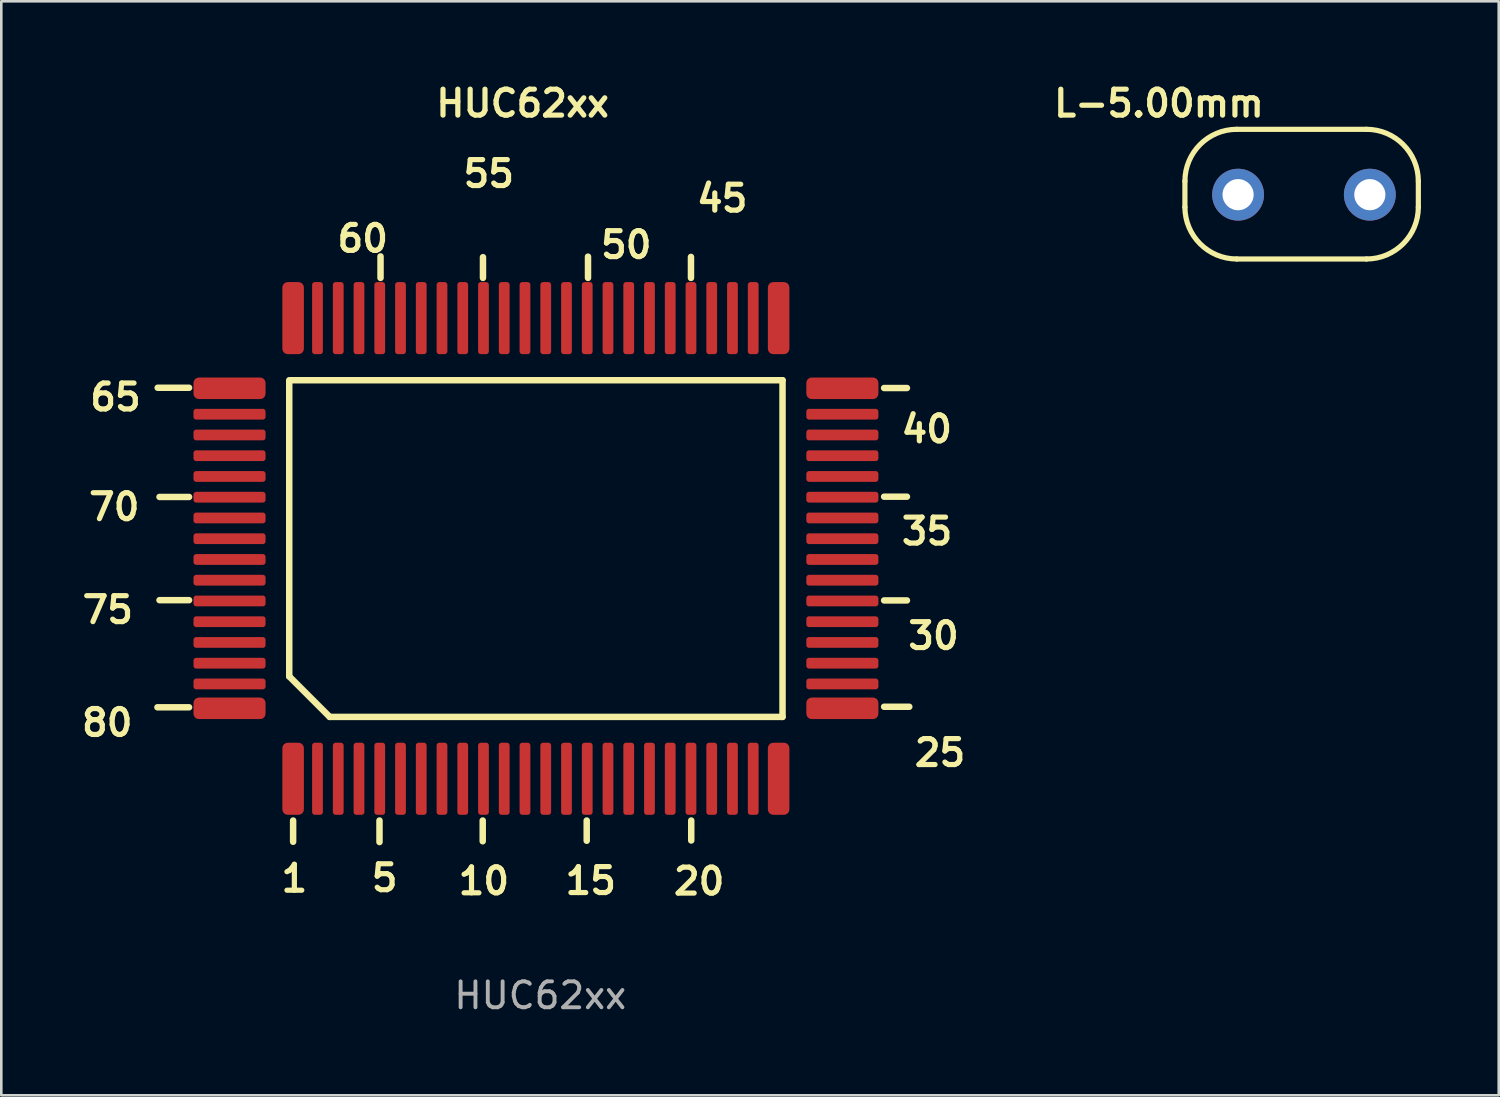
<source format=kicad_pcb>
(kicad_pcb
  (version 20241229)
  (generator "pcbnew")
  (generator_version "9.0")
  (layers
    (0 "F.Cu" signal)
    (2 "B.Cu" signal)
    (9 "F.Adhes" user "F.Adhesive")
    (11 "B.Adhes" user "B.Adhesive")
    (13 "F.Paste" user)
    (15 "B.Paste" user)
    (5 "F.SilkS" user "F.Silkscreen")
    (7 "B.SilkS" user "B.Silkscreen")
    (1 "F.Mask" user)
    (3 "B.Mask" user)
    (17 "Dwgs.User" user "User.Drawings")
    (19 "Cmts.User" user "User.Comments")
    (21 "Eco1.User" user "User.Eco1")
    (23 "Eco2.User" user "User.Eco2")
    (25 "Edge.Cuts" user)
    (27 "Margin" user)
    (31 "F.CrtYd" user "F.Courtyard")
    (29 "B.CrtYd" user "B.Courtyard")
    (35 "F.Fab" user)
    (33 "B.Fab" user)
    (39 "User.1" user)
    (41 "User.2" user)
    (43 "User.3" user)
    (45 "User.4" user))
  (footprint "L-5.00mm"
    (layer "F.Cu")
    (at 47.137 4.436)
    (property "Reference" "L-5.00mm" (at -5.5 -3.5 0) (layer "F.SilkS") (effects (font (size 1 1) (thickness 0.2))))
    (attr through_hole)
    (fp_line (start -4.5 -0.5) (end -4.5 0.5) (stroke (width 0.2) (type default)) (layer "F.SilkS"))
    (fp_line (start -2.5 -2.5) (end 2.5 -2.5) (stroke (width 0.2) (type default)) (layer "F.SilkS"))
    (fp_line (start -2.5 2.5) (end 2.5 2.5) (stroke (width 0.2) (type default)) (layer "F.SilkS"))
    (fp_line (start 4.5 -0.5) (end 4.5 0.5) (stroke (width 0.2) (type default)) (layer "F.SilkS"))
    (fp_arc (start -4.5 -0.499999) (mid -3.914214 -1.914214) (end -2.499999 -2.5) (stroke (width 0.2) (type default)) (layer "F.SilkS"))
    (fp_arc (start -2.499999 2.5) (mid -3.914214 1.914214) (end -4.5 0.499999) (stroke (width 0.2) (type default)) (layer "F.SilkS"))
    (fp_arc (start 2.499999 -2.5) (mid 3.914214 -1.914214) (end 4.5 -0.499999) (stroke (width 0.2) (type default)) (layer "F.SilkS"))
    (fp_arc (start 4.5 0.499999) (mid 3.914214 1.914214) (end 2.499999 2.5) (stroke (width 0.2) (type default)) (layer "F.SilkS"))
    (pad "1" thru_hole circle (at -2.45 0.02 90) (size 2 2) (drill 1.2) (layers "*.Cu" "*.Mask"))
    (pad "2" thru_hole circle (at 2.63 0.02 90) (size 2 2) (drill 1.2) (layers "*.Cu" "*.Mask")))
  (footprint "HUC62xx"
    (layer "F.Cu")
    (at 16.932 24.151)
    (property "Reference" "HUC62xx" (at 0.17 -23.215 0) (layer "F.SilkS") (effects (font (size 1 1) (thickness 0.2) (bold yes))))
    (attr smd)
    (fp_line (start -12.692 -12.25) (end -13.902 -12.25) (stroke (width 0.25) (type default)) (layer "F.SilkS"))
    (fp_line (start -12.692 -8.04) (end -13.832 -8.04) (stroke (width 0.25) (type default)) (layer "F.SilkS"))
    (fp_line (start -12.692 -4.06) (end -13.832 -4.06) (stroke (width 0.25) (type default)) (layer "F.SilkS"))
    (fp_line (start -12.692 0.07) (end -13.912 0.07) (stroke (width 0.25) (type default)) (layer "F.SilkS"))
    (fp_line (start -8.83 -1.12) (end -8.83 -12.54) (stroke (width 0.25) (type default)) (layer "F.SilkS"))
    (fp_line (start -8.77 -12.54) (end 10.19 -12.54) (stroke (width 0.25) (type default)) (layer "F.SilkS"))
    (fp_line (start -8.68 4.436) (end -8.68 5.256) (stroke (width 0.25) (type default)) (layer "F.SilkS"))
    (fp_line (start -7.27 0.44) (end -8.83 -1.12) (stroke (width 0.25) (type default)) (layer "F.SilkS"))
    (fp_line (start -5.35 4.436) (end -5.35 5.266) (stroke (width 0.25) (type default)) (layer "F.SilkS"))
    (fp_line (start -5.31 -16.485) (end -5.31 -17.315) (stroke (width 0.25) (type default)) (layer "F.SilkS"))
    (fp_line (start -1.37 4.436) (end -1.37 5.236) (stroke (width 0.25) (type default)) (layer "F.SilkS"))
    (fp_line (start -1.36 -16.485) (end -1.36 -17.285) (stroke (width 0.25) (type default)) (layer "F.SilkS"))
    (fp_line (start 2.64 4.436) (end 2.64 5.216) (stroke (width 0.25) (type default)) (layer "F.SilkS"))
    (fp_line (start 2.69 -16.485) (end 2.69 -17.305) (stroke (width 0.25) (type default)) (layer "F.SilkS"))
    (fp_line (start 6.66 -16.485) (end 6.66 -17.295) (stroke (width 0.25) (type default)) (layer "F.SilkS"))
    (fp_line (start 6.67 4.436) (end 6.67 5.206) (stroke (width 0.25) (type default)) (layer "F.SilkS"))
    (fp_line (start 10.19 -12.54) (end 10.19 0.44) (stroke (width 0.25) (type default)) (layer "F.SilkS"))
    (fp_line (start 10.19 0.44) (end -7.27 0.44) (stroke (width 0.25) (type default)) (layer "F.SilkS"))
    (fp_line (start 14.107 -12.24) (end 14.987 -12.24) (stroke (width 0.25) (type default)) (layer "F.SilkS"))
    (fp_line (start 14.107 -8.05) (end 14.987 -8.05) (stroke (width 0.25) (type default)) (layer "F.SilkS"))
    (fp_line (start 14.107 -4.05) (end 14.987 -4.05) (stroke (width 0.25) (type default)) (layer "F.SilkS"))
    (fp_line (start 14.107 0.05) (end 15.077 0.05) (stroke (width 0.25) (type default)) (layer "F.SilkS"))
    (fp_text user "25" (at 15.177 2.41 0) (unlocked yes) (layer "F.SilkS") (effects (font (size 1 1) (thickness 0.2) (bold yes)) (justify left bottom)))
    (fp_text user "65" (at -16.612 -11.3 0) (unlocked yes) (layer "F.SilkS") (effects (font (size 1 1) (thickness 0.2) (bold yes)) (justify left bottom)))
    (fp_text user "15" (at 1.71 7.346 0) (unlocked yes) (layer "F.SilkS") (effects (font (size 1 1) (thickness 0.2) (bold yes)) (justify left bottom)))
    (fp_text user "75" (at -16.912 -3.1 0) (unlocked yes) (layer "F.SilkS") (effects (font (size 1 1) (thickness 0.2) (bold yes)) (justify left bottom)))
    (fp_text user "55" (at -2.22 -19.915 0) (unlocked yes) (layer "F.SilkS") (effects (font (size 1 1) (thickness 0.2) (bold yes)) (justify left bottom)))
    (fp_text user "40" (at 14.667 -10.07 0) (unlocked yes) (layer "F.SilkS") (effects (font (size 1 1) (thickness 0.2) (bold yes)) (justify left bottom)))
    (fp_text user "60" (at -7.08 -17.415 0) (unlocked yes) (layer "F.SilkS") (effects (font (size 1 1) (thickness 0.2) (bold yes)) (justify left bottom)))
    (fp_text user "30" (at 14.927 -2.1 0) (unlocked yes) (layer "F.SilkS") (effects (font (size 1 1) (thickness 0.2) (bold yes)) (justify left bottom)))
    (fp_text user "70" (at -16.662 -7.07 0) (unlocked yes) (layer "F.SilkS") (effects (font (size 1 1) (thickness 0.2) (bold yes)) (justify left bottom)))
    (fp_text user "45" (at 6.78 -18.965 0) (unlocked yes) (layer "F.SilkS") (effects (font (size 1 1) (thickness 0.2) (bold yes)) (justify left bottom)))
    (fp_text user "80" (at -16.932 1.25 0) (unlocked yes) (layer "F.SilkS") (effects (font (size 1 1) (thickness 0.2) (bold yes)) (justify left bottom)))
    (fp_text user "10" (at -2.41 7.356 0) (unlocked yes) (layer "F.SilkS") (effects (font (size 1 1) (thickness 0.2) (bold yes)) (justify left bottom)))
    (fp_text user "50" (at 3.08 -17.175 0) (unlocked yes) (layer "F.SilkS") (effects (font (size 1 1) (thickness 0.2) (bold yes)) (justify left bottom)))
    (fp_text user "20" (at 5.89 7.366 0) (unlocked yes) (layer "F.SilkS") (effects (font (size 1 1) (thickness 0.2) (bold yes)) (justify left bottom)))
    (fp_text user "35" (at 14.677 -6.13 0) (unlocked yes) (layer "F.SilkS") (effects (font (size 1 1) (thickness 0.2) (bold yes)) (justify left bottom)))
    (fp_text user "1" (at -9.24 7.256 0) (unlocked yes) (layer "F.SilkS") (effects (font (size 1 1) (thickness 0.2) (bold yes)) (justify left bottom)))
    (fp_text user "5" (at -5.76 7.236 0) (unlocked yes) (layer "F.SilkS") (effects (font (size 1 1) (thickness 0.2) (bold yes)) (justify left bottom)))
    (fp_text user "${REFERENCE}" (at 0.85 11.182 0) (layer "F.Fab") (effects (font (size 1 1) (thickness 0.15))))
    (pad "1" smd roundrect (at -8.68 2.826) (size 0.83 2.779) (layers "F.Cu" "F.Mask" "F.Paste") (roundrect_rratio 0.25))
    (pad "2" smd roundrect (at -7.74 2.826) (size 0.415 2.779) (layers "F.Cu" "F.Mask" "F.Paste") (roundrect_rratio 0.25))
    (pad "3" smd roundrect (at -6.94 2.826) (size 0.415 2.779) (layers "F.Cu" "F.Mask" "F.Paste") (roundrect_rratio 0.25))
    (pad "4" smd roundrect (at -6.14 2.826) (size 0.415 2.779) (layers "F.Cu" "F.Mask" "F.Paste") (roundrect_rratio 0.25))
    (pad "5" smd roundrect (at -5.34 2.826) (size 0.415 2.779) (layers "F.Cu" "F.Mask" "F.Paste") (roundrect_rratio 0.25))
    (pad "6" smd roundrect (at -4.54 2.826) (size 0.415 2.779) (layers "F.Cu" "F.Mask" "F.Paste") (roundrect_rratio 0.25))
    (pad "7" smd roundrect (at -3.74 2.826) (size 0.415 2.779) (layers "F.Cu" "F.Mask" "F.Paste") (roundrect_rratio 0.25))
    (pad "8" smd roundrect (at -2.94 2.826) (size 0.415 2.779) (layers "F.Cu" "F.Mask" "F.Paste") (roundrect_rratio 0.25))
    (pad "9" smd roundrect (at -2.14 2.826) (size 0.415 2.779) (layers "F.Cu" "F.Mask" "F.Paste") (roundrect_rratio 0.25))
    (pad "10" smd roundrect (at -1.34 2.826) (size 0.415 2.779) (layers "F.Cu" "F.Mask" "F.Paste") (roundrect_rratio 0.25))
    (pad "11" smd roundrect (at -0.54 2.826) (size 0.415 2.779) (layers "F.Cu" "F.Mask" "F.Paste") (roundrect_rratio 0.25))
    (pad "12" smd roundrect (at 0.26 2.826) (size 0.415 2.779) (layers "F.Cu" "F.Mask" "F.Paste") (roundrect_rratio 0.25))
    (pad "13" smd roundrect (at 1.06 2.826) (size 0.415 2.779) (layers "F.Cu" "F.Mask" "F.Paste") (roundrect_rratio 0.25))
    (pad "14" smd roundrect (at 1.86 2.826) (size 0.415 2.779) (layers "F.Cu" "F.Mask" "F.Paste") (roundrect_rratio 0.25))
    (pad "15" smd roundrect (at 2.66 2.826) (size 0.415 2.779) (layers "F.Cu" "F.Mask" "F.Paste") (roundrect_rratio 0.25))
    (pad "16" smd roundrect (at 3.46 2.826) (size 0.415 2.779) (layers "F.Cu" "F.Mask" "F.Paste") (roundrect_rratio 0.25))
    (pad "17" smd roundrect (at 4.26 2.826) (size 0.415 2.779) (layers "F.Cu" "F.Mask" "F.Paste") (roundrect_rratio 0.25))
    (pad "18" smd roundrect (at 5.06 2.826) (size 0.415 2.779) (layers "F.Cu" "F.Mask" "F.Paste") (roundrect_rratio 0.25))
    (pad "19" smd roundrect (at 5.86 2.826) (size 0.415 2.779) (layers "F.Cu" "F.Mask" "F.Paste") (roundrect_rratio 0.25))
    (pad "20" smd roundrect (at 6.66 2.826) (size 0.415 2.779) (layers "F.Cu" "F.Mask" "F.Paste") (roundrect_rratio 0.25))
    (pad "21" smd roundrect (at 7.46 2.826) (size 0.415 2.779) (layers "F.Cu" "F.Mask" "F.Paste") (roundrect_rratio 0.25))
    (pad "22" smd roundrect (at 8.26 2.826) (size 0.415 2.779) (layers "F.Cu" "F.Mask" "F.Paste") (roundrect_rratio 0.25))
    (pad "23" smd roundrect (at 9.06 2.826) (size 0.415 2.779) (layers "F.Cu" "F.Mask" "F.Paste") (roundrect_rratio 0.25))
    (pad "24" smd roundrect (at 10.04 2.826) (size 0.83 2.779) (layers "F.Cu" "F.Mask" "F.Paste") (roundrect_rratio 0.25))
    (pad "25" smd roundrect (at 12.497 0.11 90) (size 0.83 2.779) (layers "F.Cu" "F.Mask" "F.Paste") (roundrect_rratio 0.25))
    (pad "26" smd roundrect (at 12.497 -0.83 90) (size 0.415 2.779) (layers "F.Cu" "F.Mask" "F.Paste") (roundrect_rratio 0.25))
    (pad "27" smd roundrect (at 12.497 -1.63 90) (size 0.415 2.779) (layers "F.Cu" "F.Mask" "F.Paste") (roundrect_rratio 0.25))
    (pad "28" smd roundrect (at 12.497 -2.43 90) (size 0.415 2.779) (layers "F.Cu" "F.Mask" "F.Paste") (roundrect_rratio 0.25))
    (pad "29" smd roundrect (at 12.497 -3.23 90) (size 0.415 2.779) (layers "F.Cu" "F.Mask" "F.Paste") (roundrect_rratio 0.25))
    (pad "30" smd roundrect (at 12.497 -4.03 90) (size 0.415 2.779) (layers "F.Cu" "F.Mask" "F.Paste") (roundrect_rratio 0.25))
    (pad "31" smd roundrect (at 12.497 -4.83 90) (size 0.415 2.779) (layers "F.Cu" "F.Mask" "F.Paste") (roundrect_rratio 0.25))
    (pad "32" smd roundrect (at 12.497 -5.63 90) (size 0.415 2.779) (layers "F.Cu" "F.Mask" "F.Paste") (roundrect_rratio 0.25))
    (pad "33" smd roundrect (at 12.497 -6.43 90) (size 0.415 2.779) (layers "F.Cu" "F.Mask" "F.Paste") (roundrect_rratio 0.25))
    (pad "34" smd roundrect (at 12.497 -7.23 90) (size 0.415 2.779) (layers "F.Cu" "F.Mask" "F.Paste") (roundrect_rratio 0.25))
    (pad "35" smd roundrect (at 12.497 -8.03 90) (size 0.415 2.779) (layers "F.Cu" "F.Mask" "F.Paste") (roundrect_rratio 0.25))
    (pad "36" smd roundrect (at 12.497 -8.83 90) (size 0.415 2.779) (layers "F.Cu" "F.Mask" "F.Paste") (roundrect_rratio 0.25))
    (pad "37" smd roundrect (at 12.497 -9.63 90) (size 0.415 2.779) (layers "F.Cu" "F.Mask" "F.Paste") (roundrect_rratio 0.25))
    (pad "38" smd roundrect (at 12.497 -10.43 90) (size 0.415 2.779) (layers "F.Cu" "F.Mask" "F.Paste") (roundrect_rratio 0.25))
    (pad "39" smd roundrect (at 12.497 -11.23 90) (size 0.415 2.779) (layers "F.Cu" "F.Mask" "F.Paste") (roundrect_rratio 0.25))
    (pad "40" smd roundrect (at 12.497 -12.23 90) (size 0.83 2.779) (layers "F.Cu" "F.Mask" "F.Paste") (roundrect_rratio 0.25))
    (pad "41" smd roundrect (at 10.04 -14.935) (size 0.83 2.779) (layers "F.Cu" "F.Mask" "F.Paste") (roundrect_rratio 0.25))
    (pad "42" smd roundrect (at 9.06 -14.935) (size 0.415 2.779) (layers "F.Cu" "F.Mask" "F.Paste") (roundrect_rratio 0.25))
    (pad "43" smd roundrect (at 8.26 -14.935) (size 0.415 2.779) (layers "F.Cu" "F.Mask" "F.Paste") (roundrect_rratio 0.25))
    (pad "44" smd roundrect (at 7.46 -14.935) (size 0.415 2.779) (layers "F.Cu" "F.Mask" "F.Paste") (roundrect_rratio 0.25))
    (pad "45" smd roundrect (at 6.66 -14.935) (size 0.415 2.779) (layers "F.Cu" "F.Mask" "F.Paste") (roundrect_rratio 0.25))
    (pad "46" smd roundrect (at 5.86 -14.935) (size 0.415 2.779) (layers "F.Cu" "F.Mask" "F.Paste") (roundrect_rratio 0.25))
    (pad "47" smd roundrect (at 5.06 -14.935) (size 0.415 2.779) (layers "F.Cu" "F.Mask" "F.Paste") (roundrect_rratio 0.25))
    (pad "48" smd roundrect (at 4.26 -14.935) (size 0.415 2.779) (layers "F.Cu" "F.Mask" "F.Paste") (roundrect_rratio 0.25))
    (pad "49" smd roundrect (at 3.46 -14.935) (size 0.415 2.779) (layers "F.Cu" "F.Mask" "F.Paste") (roundrect_rratio 0.25))
    (pad "50" smd roundrect (at 2.66 -14.935) (size 0.415 2.779) (layers "F.Cu" "F.Mask" "F.Paste") (roundrect_rratio 0.25))
    (pad "51" smd roundrect (at 1.86 -14.935) (size 0.415 2.779) (layers "F.Cu" "F.Mask" "F.Paste") (roundrect_rratio 0.25))
    (pad "52" smd roundrect (at 1.06 -14.935) (size 0.415 2.779) (layers "F.Cu" "F.Mask" "F.Paste") (roundrect_rratio 0.25))
    (pad "53" smd roundrect (at 0.26 -14.935) (size 0.415 2.779) (layers "F.Cu" "F.Mask" "F.Paste") (roundrect_rratio 0.25))
    (pad "54" smd roundrect (at -0.54 -14.935) (size 0.415 2.779) (layers "F.Cu" "F.Mask" "F.Paste") (roundrect_rratio 0.25))
    (pad "55" smd roundrect (at -1.34 -14.935) (size 0.415 2.779) (layers "F.Cu" "F.Mask" "F.Paste") (roundrect_rratio 0.25))
    (pad "56" smd roundrect (at -2.14 -14.935) (size 0.415 2.779) (layers "F.Cu" "F.Mask" "F.Paste") (roundrect_rratio 0.25))
    (pad "57" smd roundrect (at -2.94 -14.935) (size 0.415 2.779) (layers "F.Cu" "F.Mask" "F.Paste") (roundrect_rratio 0.25))
    (pad "58" smd roundrect (at -3.74 -14.935) (size 0.415 2.779) (layers "F.Cu" "F.Mask" "F.Paste") (roundrect_rratio 0.25))
    (pad "59" smd roundrect (at -4.54 -14.935) (size 0.415 2.779) (layers "F.Cu" "F.Mask" "F.Paste") (roundrect_rratio 0.25))
    (pad "60" smd roundrect (at -5.34 -14.935) (size 0.415 2.779) (layers "F.Cu" "F.Mask" "F.Paste") (roundrect_rratio 0.25))
    (pad "61" smd roundrect (at -6.14 -14.935) (size 0.415 2.779) (layers "F.Cu" "F.Mask" "F.Paste") (roundrect_rratio 0.25))
    (pad "62" smd roundrect (at -6.94 -14.935) (size 0.415 2.779) (layers "F.Cu" "F.Mask" "F.Paste") (roundrect_rratio 0.25))
    (pad "63" smd roundrect (at -7.74 -14.935) (size 0.415 2.779) (layers "F.Cu" "F.Mask" "F.Paste") (roundrect_rratio 0.25))
    (pad "64" smd roundrect (at -8.68 -14.935) (size 0.83 2.779) (layers "F.Cu" "F.Mask" "F.Paste") (roundrect_rratio 0.25))
    (pad "65" smd roundrect (at -11.132 -12.23 90) (size 0.83 2.779) (layers "F.Cu" "F.Mask" "F.Paste") (roundrect_rratio 0.25))
    (pad "66" smd roundrect (at -11.132 -11.23 90) (size 0.415 2.779) (layers "F.Cu" "F.Mask" "F.Paste") (roundrect_rratio 0.25))
    (pad "67" smd roundrect (at -11.132 -10.43 90) (size 0.415 2.779) (layers "F.Cu" "F.Mask" "F.Paste") (roundrect_rratio 0.25))
    (pad "68" smd roundrect (at -11.132 -9.63 90) (size 0.415 2.779) (layers "F.Cu" "F.Mask" "F.Paste") (roundrect_rratio 0.25))
    (pad "69" smd roundrect (at -11.132 -8.83 90) (size 0.415 2.779) (layers "F.Cu" "F.Mask" "F.Paste") (roundrect_rratio 0.25))
    (pad "70" smd roundrect (at -11.132 -8.03 90) (size 0.415 2.779) (layers "F.Cu" "F.Mask" "F.Paste") (roundrect_rratio 0.25))
    (pad "71" smd roundrect (at -11.132 -7.23 90) (size 0.415 2.779) (layers "F.Cu" "F.Mask" "F.Paste") (roundrect_rratio 0.25))
    (pad "72" smd roundrect (at -11.132 -6.43 90) (size 0.415 2.779) (layers "F.Cu" "F.Mask" "F.Paste") (roundrect_rratio 0.25))
    (pad "73" smd roundrect (at -11.132 -5.63 90) (size 0.415 2.779) (layers "F.Cu" "F.Mask" "F.Paste") (roundrect_rratio 0.25))
    (pad "74" smd roundrect (at -11.132 -4.83 90) (size 0.415 2.779) (layers "F.Cu" "F.Mask" "F.Paste") (roundrect_rratio 0.25))
    (pad "75" smd roundrect (at -11.132 -4.03 90) (size 0.415 2.779) (layers "F.Cu" "F.Mask" "F.Paste") (roundrect_rratio 0.25))
    (pad "76" smd roundrect (at -11.132 -3.23 90) (size 0.415 2.779) (layers "F.Cu" "F.Mask" "F.Paste") (roundrect_rratio 0.25))
    (pad "77" smd roundrect (at -11.132 -2.43 90) (size 0.415 2.779) (layers "F.Cu" "F.Mask" "F.Paste") (roundrect_rratio 0.25))
    (pad "78" smd roundrect (at -11.132 -1.63 90) (size 0.415 2.779) (layers "F.Cu" "F.Mask" "F.Paste") (roundrect_rratio 0.25))
    (pad "79" smd roundrect (at -11.132 -0.83 90) (size 0.415 2.779) (layers "F.Cu" "F.Mask" "F.Paste") (roundrect_rratio 0.25))
    (pad "80" smd roundrect (at -11.132 0.11 90) (size 0.83 2.779) (layers "F.Cu" "F.Mask" "F.Paste") (roundrect_rratio 0.25)))
  (gr_rect
    (start -3 -3)
    (end 54.737 39.181)
    (stroke (width 0.1) (type default))
    (fill no)
    (layer "Edge.Cuts")))
</source>
